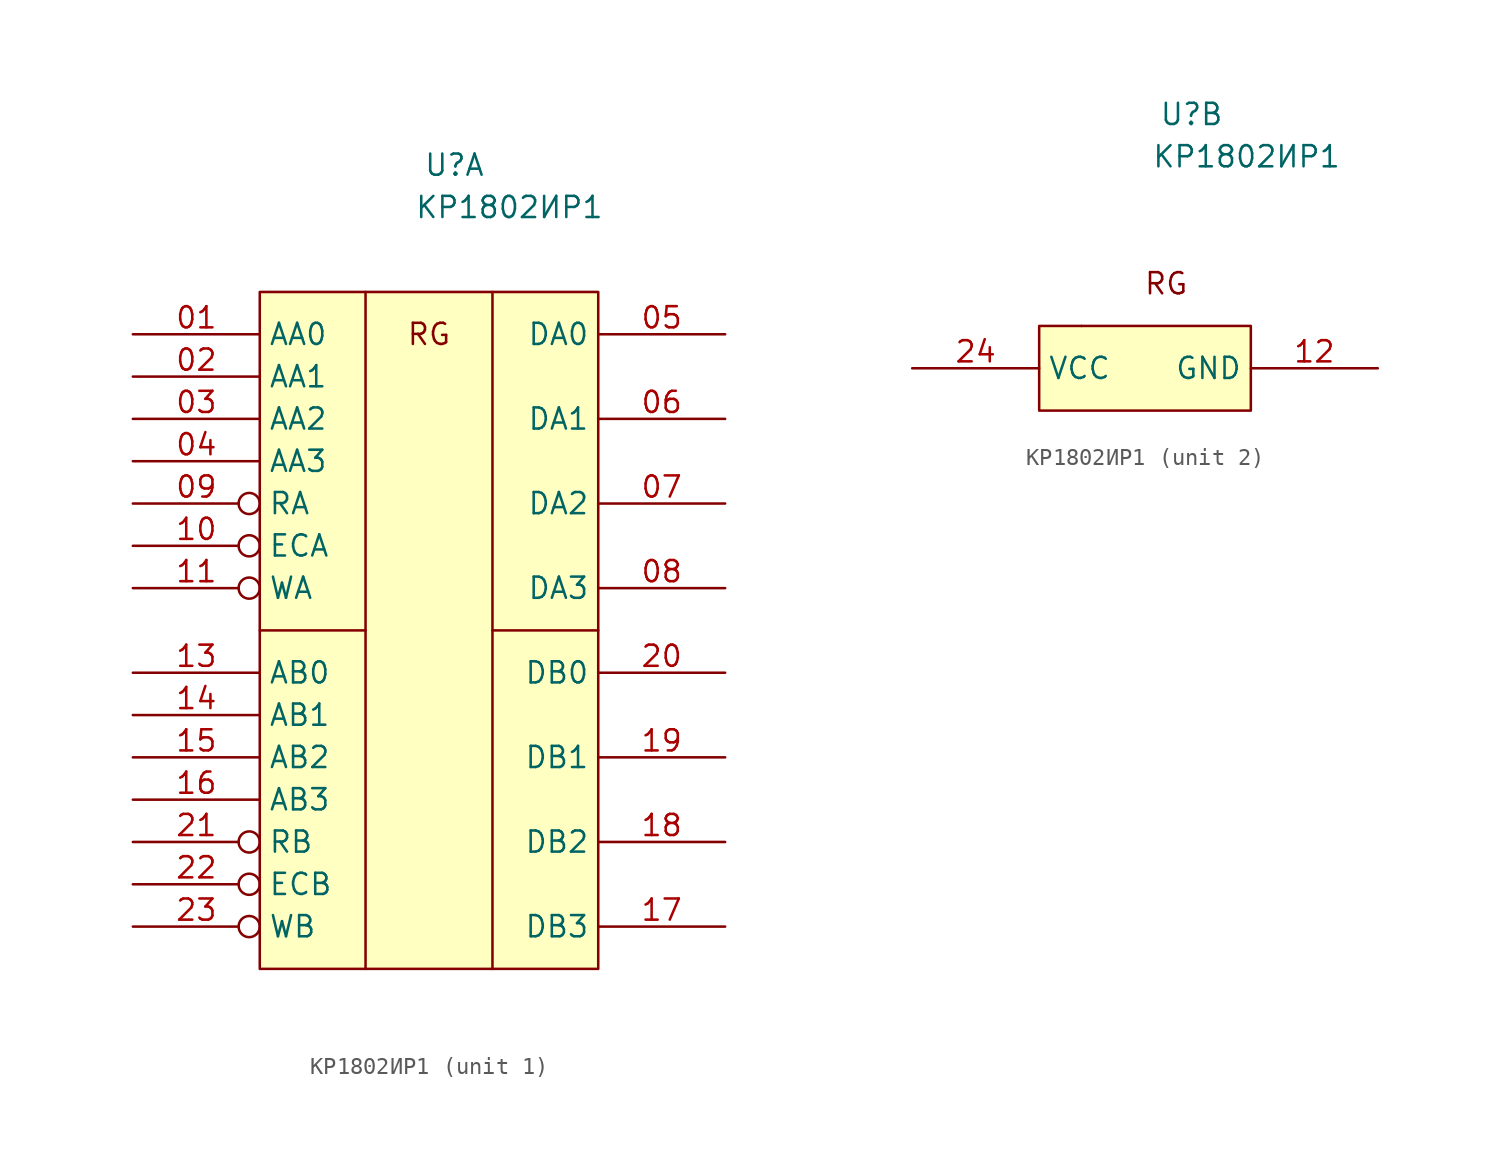
<source format=kicad_sym>
(kicad_symbol_lib
  (version 20220914)
  (generator kicad_symbol_editor)
  (symbol "КР1802ИР1"
    (property "Reference" "U"
      (at 2.794 2.54 0)
      (effects (font (size 1.27 1.27))))
    (property "Value" "КР1802ИР1"
      (at 6.096 0 0)
      (effects (font (size 1.27 1.27))))
    (property "ki_locked" ""
      (at 0 0 0)
      (effects (font (size 1.27 1.27))))
    (symbol "КР1802ИР1_0_0"
      (text "RG" (at 1.27 -7.62 0) (effects (font (size 1.27 1.27)))))
    (symbol "КР1802ИР1_1_1"
      (rectangle (start -8.89 -5.08) (end 11.43 -45.72) (stroke (width 0) (type default)) (fill (type background)))
      (polyline (pts (xy -8.89 -25.4) (xy -2.54 -25.4)) (stroke (width 0) (type default)) (fill (type none)))
      (polyline (pts (xy -2.54 -5.08) (xy -2.54 -45.72)) (stroke (width 0) (type default)) (fill (type none)))
      (polyline (pts (xy 5.08 -25.4) (xy 11.43 -25.4)) (stroke (width 0) (type default)) (fill (type none)))
      (polyline (pts (xy 5.08 -5.08) (xy 5.08 -45.72)) (stroke (width 0) (type default)) (fill (type none)))
      (pin input line (at -16.51 -7.62 0) (length 7.62) (name "AA0" (effects (font (size 1.27 1.27)))) (number "01" (effects (font (size 1.27 1.27)))))
      (pin input line (at -16.51 -10.16 0) (length 7.62) (name "AA1" (effects (font (size 1.27 1.27)))) (number "02" (effects (font (size 1.27 1.27)))))
      (pin input line (at -16.51 -12.7 0) (length 7.62) (name "AA2" (effects (font (size 1.27 1.27)))) (number "03" (effects (font (size 1.27 1.27)))))
      (pin input line (at -16.51 -15.24 0) (length 7.62) (name "AA3" (effects (font (size 1.27 1.27)))) (number "04" (effects (font (size 1.27 1.27)))))
      (pin input line (at 19.05 -7.62 180) (length 7.62) (name "DA0" (effects (font (size 1.27 1.27)))) (number "05" (effects (font (size 1.27 1.27)))))
      (pin input line (at 19.05 -12.7 180) (length 7.62) (name "DA1" (effects (font (size 1.27 1.27)))) (number "06" (effects (font (size 1.27 1.27)))))
      (pin input line (at 19.05 -17.78 180) (length 7.62) (name "DA2" (effects (font (size 1.27 1.27)))) (number "07" (effects (font (size 1.27 1.27)))))
      (pin input line (at 19.05 -22.86 180) (length 7.62) (name "DA3" (effects (font (size 1.27 1.27)))) (number "08" (effects (font (size 1.27 1.27)))))
      (pin input inverted (at -16.51 -17.78 0) (length 7.62) (name "RA" (effects (font (size 1.27 1.27)))) (number "09" (effects (font (size 1.27 1.27)))))
      (pin input inverted (at -16.51 -20.32 0) (length 7.62) (name "ECA" (effects (font (size 1.27 1.27)))) (number "10" (effects (font (size 1.27 1.27)))))
      (pin input inverted (at -16.51 -22.86 0) (length 7.62) (name "WA" (effects (font (size 1.27 1.27)))) (number "11" (effects (font (size 1.27 1.27)))))
      (pin input line (at -16.51 -27.94 0) (length 7.62) (name "AB0" (effects (font (size 1.27 1.27)))) (number "13" (effects (font (size 1.27 1.27)))))
      (pin input line (at -16.51 -30.48 0) (length 7.62) (name "AB1" (effects (font (size 1.27 1.27)))) (number "14" (effects (font (size 1.27 1.27)))))
      (pin input line (at -16.51 -33.02 0) (length 7.62) (name "AB2" (effects (font (size 1.27 1.27)))) (number "15" (effects (font (size 1.27 1.27)))))
      (pin input line (at -16.51 -35.56 0) (length 7.62) (name "AB3" (effects (font (size 1.27 1.27)))) (number "16" (effects (font (size 1.27 1.27)))))
      (pin input line (at 19.05 -43.18 180) (length 7.62) (name "DB3" (effects (font (size 1.27 1.27)))) (number "17" (effects (font (size 1.27 1.27)))))
      (pin input line (at 19.05 -38.1 180) (length 7.62) (name "DB2" (effects (font (size 1.27 1.27)))) (number "18" (effects (font (size 1.27 1.27)))))
      (pin input line (at 19.05 -33.02 180) (length 7.62) (name "DB1" (effects (font (size 1.27 1.27)))) (number "19" (effects (font (size 1.27 1.27)))))
      (pin input line (at 19.05 -27.94 180) (length 7.62) (name "DB0" (effects (font (size 1.27 1.27)))) (number "20" (effects (font (size 1.27 1.27)))))
      (pin input inverted (at -16.51 -38.1 0) (length 7.62) (name "RB" (effects (font (size 1.27 1.27)))) (number "21" (effects (font (size 1.27 1.27)))))
      (pin input inverted (at -16.51 -40.64 0) (length 7.62) (name "ECB" (effects (font (size 1.27 1.27)))) (number "22" (effects (font (size 1.27 1.27)))))
      (pin input inverted (at -16.51 -43.18 0) (length 7.62) (name "WB" (effects (font (size 1.27 1.27)))) (number "23" (effects (font (size 1.27 1.27))))))
    (symbol "КР1802ИР1_2_1"
      (rectangle (start -6.35 -10.16) (end 6.35 -15.24) (stroke (width 0) (type default)) (fill (type background)))
      (rectangle (start -3.81 -10.16) (end -3.81 -10.16) (stroke (width 0) (type default)) (fill (type none)))
      (pin power_in line (at 13.97 -12.7 180) (length 7.62) (name "GND" (effects (font (size 1.27 1.27)))) (number "12" (effects (font (size 1.27 1.27)))))
      (pin power_in line (at -13.97 -12.7 0) (length 7.62) (name "VCC" (effects (font (size 1.27 1.27)))) (number "24" (effects (font (size 1.27 1.27))))))))
</source>
